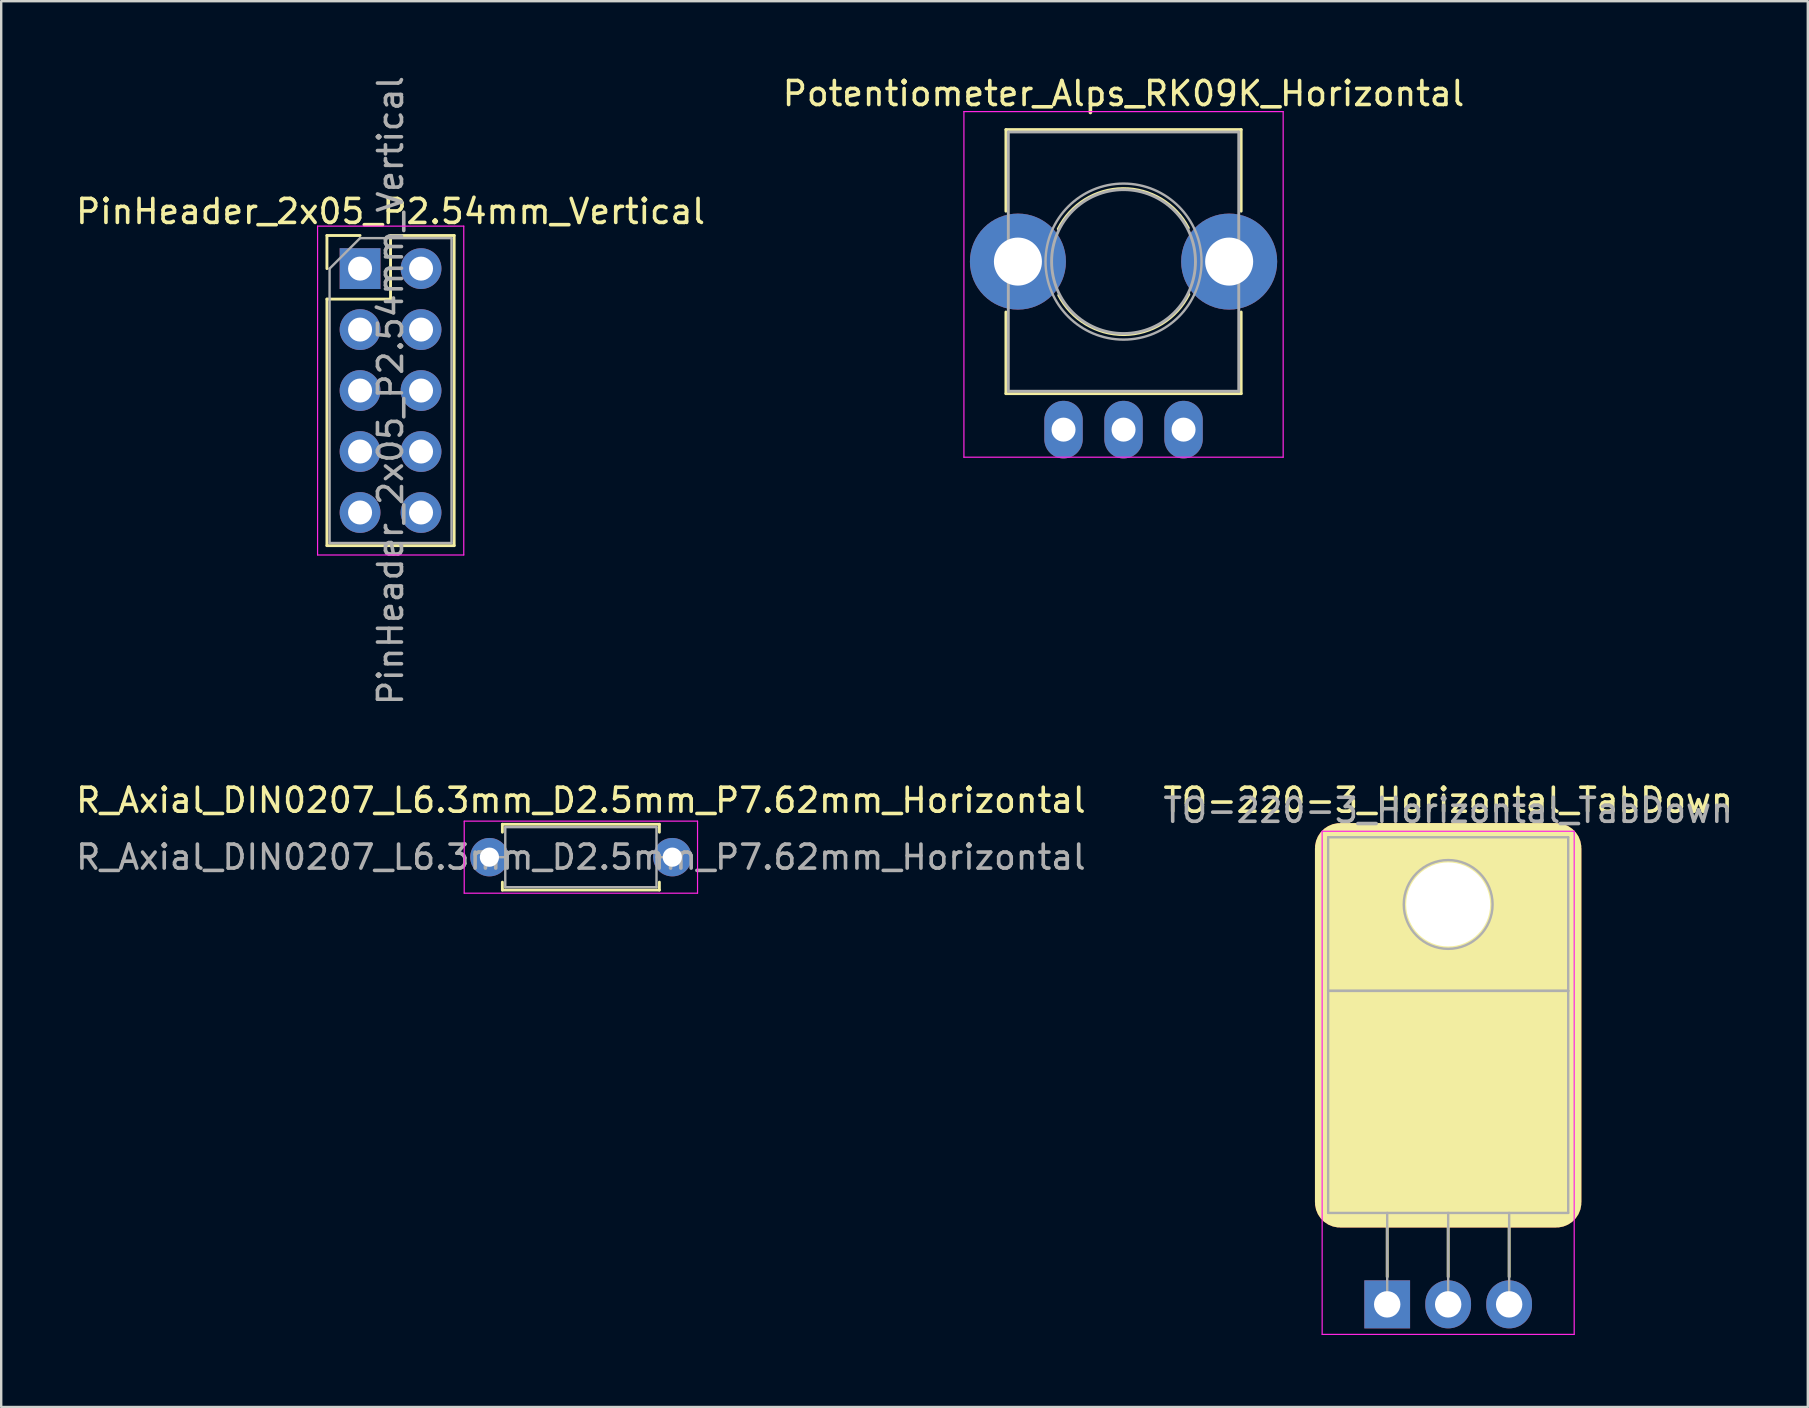
<source format=kicad_pcb>
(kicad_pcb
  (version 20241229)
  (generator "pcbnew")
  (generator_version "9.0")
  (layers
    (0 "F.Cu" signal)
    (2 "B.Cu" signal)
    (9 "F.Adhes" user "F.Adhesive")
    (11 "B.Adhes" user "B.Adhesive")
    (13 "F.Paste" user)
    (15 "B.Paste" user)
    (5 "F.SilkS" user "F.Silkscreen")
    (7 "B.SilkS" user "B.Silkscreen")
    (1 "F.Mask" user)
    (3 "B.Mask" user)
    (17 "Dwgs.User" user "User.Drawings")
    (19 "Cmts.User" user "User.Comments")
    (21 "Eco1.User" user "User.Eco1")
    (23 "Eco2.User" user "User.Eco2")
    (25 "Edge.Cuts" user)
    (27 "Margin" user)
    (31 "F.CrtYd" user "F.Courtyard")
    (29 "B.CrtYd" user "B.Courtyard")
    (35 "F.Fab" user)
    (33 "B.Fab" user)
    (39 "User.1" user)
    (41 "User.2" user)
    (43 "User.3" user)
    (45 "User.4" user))
  (footprint "R_Axial_DIN0207_L6.3mm_D2.5mm_P7.62mm_Horizontal"
    (layer "F.Cu")
    (at 17.339 32.659)
    (property "Reference" "R_Axial_DIN0207_L6.3mm_D2.5mm_P7.62mm_Horizontal" (at 3.81 -2.37 0) (layer "F.SilkS") (effects (font (size 1 1) (thickness 0.15))))
    (attr through_hole)
    (fp_line (start 0.54 -1.37) (end 7.08 -1.37) (stroke (width 0.12) (type solid)) (layer "F.SilkS"))
    (fp_line (start 0.54 -1.04) (end 0.54 -1.37) (stroke (width 0.12) (type solid)) (layer "F.SilkS"))
    (fp_line (start 0.54 1.04) (end 0.54 1.37) (stroke (width 0.12) (type solid)) (layer "F.SilkS"))
    (fp_line (start 0.54 1.37) (end 7.08 1.37) (stroke (width 0.12) (type solid)) (layer "F.SilkS"))
    (fp_line (start 7.08 -1.37) (end 7.08 -1.04) (stroke (width 0.12) (type solid)) (layer "F.SilkS"))
    (fp_line (start 7.08 1.37) (end 7.08 1.04) (stroke (width 0.12) (type solid)) (layer "F.SilkS"))
    (fp_line (start -1.05 -1.5) (end -1.05 1.5) (stroke (width 0.05) (type solid)) (layer "F.CrtYd"))
    (fp_line (start -1.05 1.5) (end 8.67 1.5) (stroke (width 0.05) (type solid)) (layer "F.CrtYd"))
    (fp_line (start 8.67 -1.5) (end -1.05 -1.5) (stroke (width 0.05) (type solid)) (layer "F.CrtYd"))
    (fp_line (start 8.67 1.5) (end 8.67 -1.5) (stroke (width 0.05) (type solid)) (layer "F.CrtYd"))
    (fp_line (start 0 0) (end 0.66 0) (stroke (width 0.1) (type solid)) (layer "F.Fab"))
    (fp_line (start 0.66 -1.25) (end 0.66 1.25) (stroke (width 0.1) (type solid)) (layer "F.Fab"))
    (fp_line (start 0.66 1.25) (end 6.96 1.25) (stroke (width 0.1) (type solid)) (layer "F.Fab"))
    (fp_line (start 6.96 -1.25) (end 0.66 -1.25) (stroke (width 0.1) (type solid)) (layer "F.Fab"))
    (fp_line (start 6.96 1.25) (end 6.96 -1.25) (stroke (width 0.1) (type solid)) (layer "F.Fab"))
    (fp_line (start 7.62 0) (end 6.96 0) (stroke (width 0.1) (type solid)) (layer "F.Fab"))
    (fp_text user "${REFERENCE}" (at 3.81 0 0) (layer "F.Fab") (effects (font (size 1 1) (thickness 0.15))))
    (pad "1" thru_hole circle (at 0 0) (size 1.6 1.6) (drill 0.8) (layers "*.Cu" "*.Mask"))
    (pad "2" thru_hole oval (at 7.62 0) (size 1.6 1.6) (drill 0.8) (layers "*.Cu" "*.Mask")))
  (footprint "TO-220-3_Horizontal_TabDown"
    (layer "F.Cu")
    (at 57.28 51.289)
    (property "Reference" "TO-220-3_Horizontal_TabDown" (at 0 -21 0) (layer "F.SilkS") (effects (font (size 1 1) (thickness 0.15))))
    (attr through_hole)
    (fp_line (start -5.12 -19.58) (end -5.12 -3.69) (stroke (width 0.12) (type solid)) (layer "F.SilkS"))
    (fp_line (start -5.12 -19.58) (end 5.12 -19.58) (stroke (width 0.12) (type solid)) (layer "F.SilkS"))
    (fp_line (start -5.12 -3.69) (end 5.12 -3.69) (stroke (width 0.12) (type solid)) (layer "F.SilkS"))
    (fp_line (start -2.54 -3.69) (end -2.54 -1.15) (stroke (width 0.12) (type solid)) (layer "F.SilkS"))
    (fp_line (start 0 -3.69) (end 0 -1.15) (stroke (width 0.12) (type solid)) (layer "F.SilkS"))
    (fp_line (start 2.54 -3.69) (end 2.54 -1.15) (stroke (width 0.12) (type solid)) (layer "F.SilkS"))
    (fp_line (start 5.12 -19.58) (end 5.12 -3.69) (stroke (width 0.12) (type solid)) (layer "F.SilkS"))
    (fp_line (start -5.25 -19.71) (end -5.25 1.25) (stroke (width 0.05) (type solid)) (layer "F.CrtYd"))
    (fp_line (start -5.25 1.25) (end 5.25 1.25) (stroke (width 0.05) (type solid)) (layer "F.CrtYd"))
    (fp_line (start 5.25 -19.71) (end -5.25 -19.71) (stroke (width 0.05) (type solid)) (layer "F.CrtYd"))
    (fp_line (start 5.25 1.25) (end 5.25 -19.71) (stroke (width 0.05) (type solid)) (layer "F.CrtYd"))
    (fp_line (start -5 -19.46) (end 5 -19.46) (stroke (width 0.1) (type solid)) (layer "F.Fab"))
    (fp_line (start -5 -13.06) (end -5 -19.46) (stroke (width 0.1) (type solid)) (layer "F.Fab"))
    (fp_line (start -5 -13.06) (end 5 -13.06) (stroke (width 0.1) (type solid)) (layer "F.Fab"))
    (fp_line (start -5 -3.81) (end -5 -13.06) (stroke (width 0.1) (type solid)) (layer "F.Fab"))
    (fp_line (start -2.54 -3.81) (end -2.54 0) (stroke (width 0.1) (type solid)) (layer "F.Fab"))
    (fp_line (start 0 -3.81) (end 0 0) (stroke (width 0.1) (type solid)) (layer "F.Fab"))
    (fp_line (start 2.54 -3.81) (end 2.54 0) (stroke (width 0.1) (type solid)) (layer "F.Fab"))
    (fp_line (start 5 -19.46) (end 5 -13.06) (stroke (width 0.1) (type solid)) (layer "F.Fab"))
    (fp_line (start 5 -13.06) (end -5 -13.06) (stroke (width 0.1) (type solid)) (layer "F.Fab"))
    (fp_line (start 5 -13.06) (end 5 -3.81) (stroke (width 0.1) (type solid)) (layer "F.Fab"))
    (fp_line (start 5 -3.81) (end -5 -3.81) (stroke (width 0.1) (type solid)) (layer "F.Fab"))
    (fp_circle (center 0 -16.66) (end 1.85 -16.66) (stroke (width 0.1) (type solid)) (fill no) (layer "F.Fab"))
    (fp_text user "${REFERENCE}" (at 0 -20.58 0) (layer "F.Fab") (effects (font (size 1 1) (thickness 0.15))))
    (pad "" np_thru_hole circle (at 0 -16.66) (size 3.5 3.5) (drill 3.5) (layers "*.Cu" "*.Mask"))
    (pad "1" thru_hole rect (at -2.54 0) (size 1.905 2) (drill 1.1) (layers "*.Cu" "*.Mask"))
    (pad "2" thru_hole oval (at 0 0) (size 1.905 2) (drill 1.1) (layers "*.Cu" "*.Mask"))
    (pad "3" thru_hole oval (at 2.54 0) (size 1.905 2) (drill 1.1) (layers "*.Cu" "*.Mask"))
    (pad "4" smd custom (at 0 -11.5) (size 1.27 1.27) (layers "F.Cu" "F.Mask" "F.SilkS" "F.Paste") (options (anchor circle)) (primitives (gr_poly (pts (xy -1.27 -0.445) (xy -1.255 -0.517) (xy -1.214 -0.579) (xy -1.152 -0.62) (xy -1.079 -0.635) (xy 1.079 -0.635) (xy 1.152 -0.62) (xy 1.214 -0.579) (xy 1.255 -0.517) (xy 1.27 -0.445) (xy 1.27 0.445) (xy 1.255 0.517) (xy 1.214 0.579) (xy 1.152 0.62) (xy 1.079 0.635) (xy -1.079 0.635) (xy -1.152 0.62) (xy -1.214 0.579) (xy -1.255 0.517) (xy -1.27 0.445)) (width 0) (fill yes)) (gr_poly (pts (xy 4.5 8.25) (xy 5.5 7.25) (xy 5.5 -7.5) (xy 4.5 -8.5) (xy -4.5 -8.5) (xy -5.5 -7.5) (xy -5.5 7.25) (xy -4.5 8.25)) (width 0.1) (fill yes)) (gr_circle (center 4.5 -7.5) (end 5.5 -7.5) (width 0.1) (fill yes)) (gr_circle (center -4.5 -7.5) (end -4.5 -6.5) (width 0.1) (fill yes)) (gr_circle (center -4.5 7.25) (end -4.5 8.25) (width 0.1) (fill yes)) (gr_circle (center 4.5 7.25) (end 5.5 7.25) (width 0.1) (fill yes)))))
  (footprint "Potentiometer_Alps_RK09K_Horizontal"
    (layer "F.Cu")
    (at 43.756 7.848)
    (property "Reference" "Potentiometer_Alps_RK09K_Horizontal" (at 0 -7 0) (layer "F.SilkS") (effects (font (size 1 1) (thickness 0.15))))
    (attr through_hole)
    (fp_line (start -4.9 -2.1) (end -4.9 -5.5) (stroke (width 0.12) (type solid)) (layer "F.SilkS"))
    (fp_line (start -4.9 5.5) (end -4.9 2.1) (stroke (width 0.12) (type solid)) (layer "F.SilkS"))
    (fp_line (start -4.9 5.5) (end 4.9 5.5) (stroke (width 0.12) (type solid)) (layer "F.SilkS"))
    (fp_line (start 4.9 -5.5) (end -4.9 -5.5) (stroke (width 0.12) (type solid)) (layer "F.SilkS"))
    (fp_line (start 4.9 -2.1) (end 4.9 -5.5) (stroke (width 0.12) (type solid)) (layer "F.SilkS"))
    (fp_line (start 4.9 5.5) (end 4.9 2.1) (stroke (width 0.12) (type solid)) (layer "F.SilkS"))
    (fp_arc (start -2.720293 -1.360147) (mid -0.022361 -3.041298) (end 2.699999 -1.399999) (stroke (width 0.12) (type solid)) (layer "F.SilkS"))
    (fp_arc (start 2.720293 1.360147) (mid 0.022361 3.041298) (end -2.699999 1.399999) (stroke (width 0.12) (type solid)) (layer "F.SilkS"))
    (fp_line (start -6.65 -6.25) (end -6.65 8.15) (stroke (width 0.05) (type solid)) (layer "F.CrtYd"))
    (fp_line (start -6.65 8.15) (end 6.65 8.15) (stroke (width 0.05) (type solid)) (layer "F.CrtYd"))
    (fp_line (start 6.65 -6.25) (end -6.65 -6.25) (stroke (width 0.05) (type solid)) (layer "F.CrtYd"))
    (fp_line (start 6.65 8.15) (end 6.65 -6.25) (stroke (width 0.05) (type solid)) (layer "F.CrtYd"))
    (fp_line (start -4.8 -5.4) (end 4.8 -5.4) (stroke (width 0.12) (type solid)) (layer "F.Fab"))
    (fp_line (start -4.8 5.4) (end -4.8 -5.4) (stroke (width 0.12) (type solid)) (layer "F.Fab"))
    (fp_line (start 4.8 -5.4) (end 4.8 5.4) (stroke (width 0.12) (type solid)) (layer "F.Fab"))
    (fp_line (start 4.8 5.4) (end -4.8 5.4) (stroke (width 0.12) (type solid)) (layer "F.Fab"))
    (fp_circle (center 0 0) (end -2.7 -1.3) (stroke (width 0.12) (type solid)) (fill no) (layer "F.Fab"))
    (fp_circle (center 0 0) (end 0 -3.25) (stroke (width 0.1) (type solid)) (fill no) (layer "F.Fab"))
    (pad "" np_thru_hole circle (at -4.4 0 90) (size 4 4) (drill 2) (layers "*.Cu" "*.Mask"))
    (pad "" np_thru_hole circle (at 4.4 0 90) (size 4 4) (drill 2) (layers "*.Cu" "*.Mask"))
    (pad "1" thru_hole oval (at 2.5 7 90) (size 2.4 1.6) (drill 1) (layers "*.Cu" "*.Mask"))
    (pad "2" thru_hole oval (at 0 7 90) (size 2.4 1.6) (drill 1) (layers "*.Cu" "*.Mask"))
    (pad "3" thru_hole oval (at -2.5 7 90) (size 2.4 1.6) (drill 1) (layers "*.Cu" "*.Mask")))
  (footprint "PinHeader_2x05_P2.54mm_Vertical"
    (layer "F.Cu")
    (at 11.95 8.14)
    (property "Reference" "PinHeader_2x05_P2.54mm_Vertical" (at 1.27 -2.38 0) (layer "F.SilkS") (effects (font (size 1 1) (thickness 0.15))))
    (attr through_hole)
    (fp_line (start -1.38 -1.38) (end 0 -1.38) (stroke (width 0.12) (type solid)) (layer "F.SilkS"))
    (fp_line (start -1.38 1.27) (end -1.38 11.54) (stroke (width 0.12) (type solid)) (layer "F.SilkS"))
    (fp_line (start -1.38 1.27) (end 1.27 1.27) (stroke (width 0.12) (type solid)) (layer "F.SilkS"))
    (fp_line (start -1.38 11.54) (end 3.92 11.54) (stroke (width 0.12) (type solid)) (layer "F.SilkS"))
    (fp_line (start -1.38 0) (end -1.38 -1.38) (stroke (width 0.12) (type solid)) (layer "F.SilkS"))
    (fp_line (start 1.27 -1.38) (end 3.92 -1.38) (stroke (width 0.12) (type solid)) (layer "F.SilkS"))
    (fp_line (start 1.27 1.27) (end 1.27 -1.38) (stroke (width 0.12) (type solid)) (layer "F.SilkS"))
    (fp_line (start 3.92 -1.38) (end 3.92 11.54) (stroke (width 0.12) (type solid)) (layer "F.SilkS"))
    (fp_line (start -1.77 -1.77) (end -1.77 11.93) (stroke (width 0.05) (type solid)) (layer "F.CrtYd"))
    (fp_line (start -1.77 11.93) (end 4.32 11.93) (stroke (width 0.05) (type solid)) (layer "F.CrtYd"))
    (fp_line (start 4.32 -1.77) (end -1.77 -1.77) (stroke (width 0.05) (type solid)) (layer "F.CrtYd"))
    (fp_line (start 4.32 11.93) (end 4.32 -1.77) (stroke (width 0.05) (type solid)) (layer "F.CrtYd"))
    (fp_line (start -1.27 0) (end 0 -1.27) (stroke (width 0.1) (type solid)) (layer "F.Fab"))
    (fp_line (start -1.27 11.43) (end -1.27 0) (stroke (width 0.1) (type solid)) (layer "F.Fab"))
    (fp_line (start 0 -1.27) (end 3.81 -1.27) (stroke (width 0.1) (type solid)) (layer "F.Fab"))
    (fp_line (start 3.81 -1.27) (end 3.81 11.43) (stroke (width 0.1) (type solid)) (layer "F.Fab"))
    (fp_line (start 3.81 11.43) (end -1.27 11.43) (stroke (width 0.1) (type solid)) (layer "F.Fab"))
    (fp_text user "${REFERENCE}" (at 1.27 5.08 270) (layer "F.Fab") (effects (font (size 1 1) (thickness 0.15))))
    (pad "1" thru_hole rect (at 0 0) (size 1.7 1.7) (drill 1) (layers "*.Cu" "*.Mask"))
    (pad "2" thru_hole circle (at 2.54 0) (size 1.7 1.7) (drill 1) (layers "*.Cu" "*.Mask"))
    (pad "3" thru_hole circle (at 0 2.54) (size 1.7 1.7) (drill 1) (layers "*.Cu" "*.Mask"))
    (pad "4" thru_hole circle (at 2.54 2.54) (size 1.7 1.7) (drill 1) (layers "*.Cu" "*.Mask"))
    (pad "5" thru_hole circle (at 0 5.08) (size 1.7 1.7) (drill 1) (layers "*.Cu" "*.Mask"))
    (pad "6" thru_hole circle (at 2.54 5.08) (size 1.7 1.7) (drill 1) (layers "*.Cu" "*.Mask"))
    (pad "7" thru_hole circle (at 0 7.62) (size 1.7 1.7) (drill 1) (layers "*.Cu" "*.Mask"))
    (pad "8" thru_hole circle (at 2.54 7.62) (size 1.7 1.7) (drill 1) (layers "*.Cu" "*.Mask"))
    (pad "9" thru_hole circle (at 0 10.16) (size 1.7 1.7) (drill 1) (layers "*.Cu" "*.Mask"))
    (pad "10" thru_hole circle (at 2.54 10.16) (size 1.7 1.7) (drill 1) (layers "*.Cu" "*.Mask")))
  (gr_rect
    (start -3 -3)
    (end 72.262 55.564)
    (stroke (width 0.1) (type default))
    (fill no)
    (layer "Edge.Cuts")))
</source>
